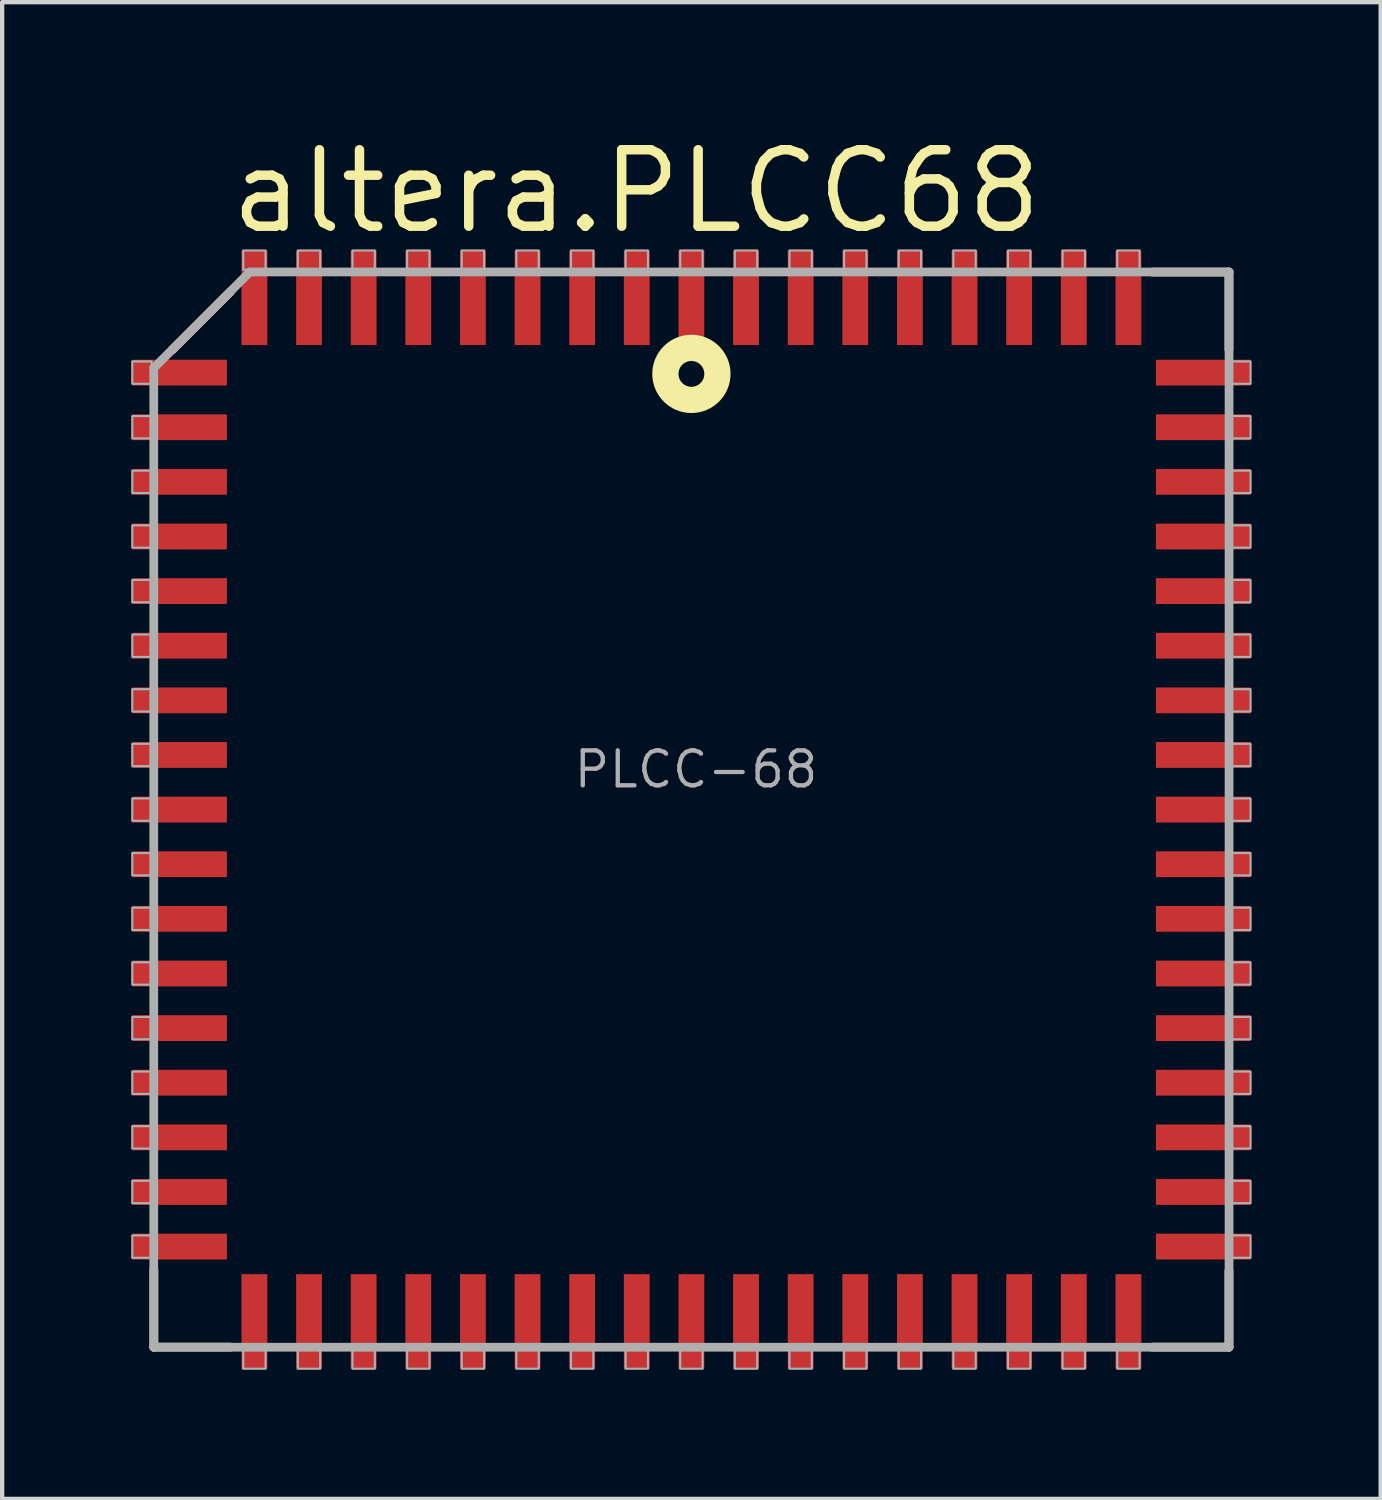
<source format=kicad_pcb>
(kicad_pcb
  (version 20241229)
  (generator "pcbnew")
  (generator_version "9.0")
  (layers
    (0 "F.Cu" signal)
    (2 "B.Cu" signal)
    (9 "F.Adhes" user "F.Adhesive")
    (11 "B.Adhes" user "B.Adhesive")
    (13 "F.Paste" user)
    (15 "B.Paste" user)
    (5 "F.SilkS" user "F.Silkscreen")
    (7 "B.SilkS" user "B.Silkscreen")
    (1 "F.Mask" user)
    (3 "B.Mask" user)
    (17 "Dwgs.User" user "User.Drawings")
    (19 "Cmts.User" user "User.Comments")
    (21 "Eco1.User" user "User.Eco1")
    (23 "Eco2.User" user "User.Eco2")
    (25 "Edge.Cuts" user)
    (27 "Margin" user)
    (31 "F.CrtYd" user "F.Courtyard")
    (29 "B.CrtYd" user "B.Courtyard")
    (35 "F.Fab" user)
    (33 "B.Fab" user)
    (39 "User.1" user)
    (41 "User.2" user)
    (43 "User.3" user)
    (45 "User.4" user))
  (footprint "altera.PLCC68"
    (layer "F.Cu")
    (at 13.025 15.773)
    (property "Reference" "altera.PLCC68" (at -10.825 -13.335 0) (layer "F.SilkS") (effects (font (size 1.778 1.778) (thickness 0.22)) (justify left bottom)))
    (attr smd)
    (fp_line (start -12.497 10.693) (end -12.497 12.497) (stroke (width 0.203) (type default)) (layer "F.SilkS"))
    (fp_line (start -12.497 12.497) (end -10.719 12.497) (stroke (width 0.203) (type default)) (layer "F.SilkS"))
    (fp_line (start -12.065 -10.693) (end -10.719 -12.04) (stroke (width 0.203) (type default)) (layer "F.SilkS"))
    (fp_line (start 10.719 12.497) (end 12.497 12.497) (stroke (width 0.203) (type default)) (layer "F.SilkS"))
    (fp_line (start 12.497 -12.497) (end 10.719 -12.497) (stroke (width 0.203) (type default)) (layer "F.SilkS"))
    (fp_line (start 12.497 -10.693) (end 12.497 -12.497) (stroke (width 0.203) (type default)) (layer "F.SilkS"))
    (fp_line (start 12.497 12.497) (end 12.497 10.719) (stroke (width 0.203) (type default)) (layer "F.SilkS"))
    (fp_circle (center 0 -10.13) (end 0.3 -10.13) (stroke (width 0.61) (type default)) (fill no) (layer "F.SilkS"))
    (fp_line (start -12.5 -10.265) (end -12.5 12.5) (stroke (width 0.203) (type default)) (layer "F.Fab"))
    (fp_line (start -12.5 12.5) (end 12.5 12.5) (stroke (width 0.203) (type default)) (layer "F.Fab"))
    (fp_line (start -10.265 -12.5) (end -12.5 -10.265) (stroke (width 0.203) (type default)) (layer "F.Fab"))
    (fp_line (start 12.5 -12.5) (end -10.265 -12.5) (stroke (width 0.203) (type default)) (layer "F.Fab"))
    (fp_line (start 12.5 12.5) (end 12.5 -12.5) (stroke (width 0.203) (type default)) (layer "F.Fab"))
    (fp_rect (start -13 -9.9) (end -12.55 -10.42) (stroke (width 0.05) (type default)) (fill no) (layer "F.Fab"))
    (fp_rect (start -13 -8.63) (end -12.55 -9.15) (stroke (width 0.05) (type default)) (fill no) (layer "F.Fab"))
    (fp_rect (start -13 -7.36) (end -12.55 -7.88) (stroke (width 0.05) (type default)) (fill no) (layer "F.Fab"))
    (fp_rect (start -13 -6.09) (end -12.55 -6.61) (stroke (width 0.05) (type default)) (fill no) (layer "F.Fab"))
    (fp_rect (start -13 -4.82) (end -12.55 -5.34) (stroke (width 0.05) (type default)) (fill no) (layer "F.Fab"))
    (fp_rect (start -13 -3.55) (end -12.55 -4.07) (stroke (width 0.05) (type default)) (fill no) (layer "F.Fab"))
    (fp_rect (start -13 -2.28) (end -12.55 -2.8) (stroke (width 0.05) (type default)) (fill no) (layer "F.Fab"))
    (fp_rect (start -13 -1.01) (end -12.55 -1.53) (stroke (width 0.05) (type default)) (fill no) (layer "F.Fab"))
    (fp_rect (start -13 0.26) (end -12.55 -0.26) (stroke (width 0.05) (type default)) (fill no) (layer "F.Fab"))
    (fp_rect (start -13 1.53) (end -12.55 1.01) (stroke (width 0.05) (type default)) (fill no) (layer "F.Fab"))
    (fp_rect (start -13 2.8) (end -12.55 2.28) (stroke (width 0.05) (type default)) (fill no) (layer "F.Fab"))
    (fp_rect (start -13 4.07) (end -12.55 3.55) (stroke (width 0.05) (type default)) (fill no) (layer "F.Fab"))
    (fp_rect (start -13 5.34) (end -12.55 4.82) (stroke (width 0.05) (type default)) (fill no) (layer "F.Fab"))
    (fp_rect (start -13 6.61) (end -12.55 6.09) (stroke (width 0.05) (type default)) (fill no) (layer "F.Fab"))
    (fp_rect (start -13 7.88) (end -12.55 7.36) (stroke (width 0.05) (type default)) (fill no) (layer "F.Fab"))
    (fp_rect (start -13 9.15) (end -12.55 8.63) (stroke (width 0.05) (type default)) (fill no) (layer "F.Fab"))
    (fp_rect (start -13 10.42) (end -12.55 9.9) (stroke (width 0.05) (type default)) (fill no) (layer "F.Fab"))
    (fp_rect (start -10.42 -12.55) (end -9.9 -13) (stroke (width 0.05) (type default)) (fill no) (layer "F.Fab"))
    (fp_rect (start -10.42 13) (end -9.9 12.55) (stroke (width 0.05) (type default)) (fill no) (layer "F.Fab"))
    (fp_rect (start -9.15 -12.55) (end -8.63 -13) (stroke (width 0.05) (type default)) (fill no) (layer "F.Fab"))
    (fp_rect (start -9.15 13) (end -8.63 12.55) (stroke (width 0.05) (type default)) (fill no) (layer "F.Fab"))
    (fp_rect (start -7.88 -12.55) (end -7.36 -13) (stroke (width 0.05) (type default)) (fill no) (layer "F.Fab"))
    (fp_rect (start -7.88 13) (end -7.36 12.55) (stroke (width 0.05) (type default)) (fill no) (layer "F.Fab"))
    (fp_rect (start -6.61 -12.55) (end -6.09 -13) (stroke (width 0.05) (type default)) (fill no) (layer "F.Fab"))
    (fp_rect (start -6.61 13) (end -6.09 12.55) (stroke (width 0.05) (type default)) (fill no) (layer "F.Fab"))
    (fp_rect (start -5.34 -12.55) (end -4.82 -13) (stroke (width 0.05) (type default)) (fill no) (layer "F.Fab"))
    (fp_rect (start -5.34 13) (end -4.82 12.55) (stroke (width 0.05) (type default)) (fill no) (layer "F.Fab"))
    (fp_rect (start -4.07 -12.55) (end -3.55 -13) (stroke (width 0.05) (type default)) (fill no) (layer "F.Fab"))
    (fp_rect (start -4.07 13) (end -3.55 12.55) (stroke (width 0.05) (type default)) (fill no) (layer "F.Fab"))
    (fp_rect (start -2.8 -12.55) (end -2.28 -13) (stroke (width 0.05) (type default)) (fill no) (layer "F.Fab"))
    (fp_rect (start -2.8 13) (end -2.28 12.55) (stroke (width 0.05) (type default)) (fill no) (layer "F.Fab"))
    (fp_rect (start -1.53 -12.55) (end -1.01 -13) (stroke (width 0.05) (type default)) (fill no) (layer "F.Fab"))
    (fp_rect (start -1.53 13) (end -1.01 12.55) (stroke (width 0.05) (type default)) (fill no) (layer "F.Fab"))
    (fp_rect (start -0.26 -12.55) (end 0.26 -13) (stroke (width 0.05) (type default)) (fill no) (layer "F.Fab"))
    (fp_rect (start -0.26 13) (end 0.26 12.55) (stroke (width 0.05) (type default)) (fill no) (layer "F.Fab"))
    (fp_rect (start 1.01 -12.55) (end 1.53 -13) (stroke (width 0.05) (type default)) (fill no) (layer "F.Fab"))
    (fp_rect (start 1.01 13) (end 1.53 12.55) (stroke (width 0.05) (type default)) (fill no) (layer "F.Fab"))
    (fp_rect (start 2.28 -12.55) (end 2.8 -13) (stroke (width 0.05) (type default)) (fill no) (layer "F.Fab"))
    (fp_rect (start 2.28 13) (end 2.8 12.55) (stroke (width 0.05) (type default)) (fill no) (layer "F.Fab"))
    (fp_rect (start 3.55 -12.55) (end 4.07 -13) (stroke (width 0.05) (type default)) (fill no) (layer "F.Fab"))
    (fp_rect (start 3.55 13) (end 4.07 12.55) (stroke (width 0.05) (type default)) (fill no) (layer "F.Fab"))
    (fp_rect (start 4.82 -12.55) (end 5.34 -13) (stroke (width 0.05) (type default)) (fill no) (layer "F.Fab"))
    (fp_rect (start 4.82 13) (end 5.34 12.55) (stroke (width 0.05) (type default)) (fill no) (layer "F.Fab"))
    (fp_rect (start 6.09 -12.55) (end 6.61 -13) (stroke (width 0.05) (type default)) (fill no) (layer "F.Fab"))
    (fp_rect (start 6.09 13) (end 6.61 12.55) (stroke (width 0.05) (type default)) (fill no) (layer "F.Fab"))
    (fp_rect (start 7.36 -12.55) (end 7.88 -13) (stroke (width 0.05) (type default)) (fill no) (layer "F.Fab"))
    (fp_rect (start 7.36 13) (end 7.88 12.55) (stroke (width 0.05) (type default)) (fill no) (layer "F.Fab"))
    (fp_rect (start 8.63 -12.55) (end 9.15 -13) (stroke (width 0.05) (type default)) (fill no) (layer "F.Fab"))
    (fp_rect (start 8.63 13) (end 9.15 12.55) (stroke (width 0.05) (type default)) (fill no) (layer "F.Fab"))
    (fp_rect (start 9.9 -12.55) (end 10.42 -13) (stroke (width 0.05) (type default)) (fill no) (layer "F.Fab"))
    (fp_rect (start 9.9 13) (end 10.42 12.55) (stroke (width 0.05) (type default)) (fill no) (layer "F.Fab"))
    (fp_rect (start 12.55 -9.9) (end 13 -10.42) (stroke (width 0.05) (type default)) (fill no) (layer "F.Fab"))
    (fp_rect (start 12.55 -8.63) (end 13 -9.15) (stroke (width 0.05) (type default)) (fill no) (layer "F.Fab"))
    (fp_rect (start 12.55 -7.36) (end 13 -7.88) (stroke (width 0.05) (type default)) (fill no) (layer "F.Fab"))
    (fp_rect (start 12.55 -6.09) (end 13 -6.61) (stroke (width 0.05) (type default)) (fill no) (layer "F.Fab"))
    (fp_rect (start 12.55 -4.82) (end 13 -5.34) (stroke (width 0.05) (type default)) (fill no) (layer "F.Fab"))
    (fp_rect (start 12.55 -3.55) (end 13 -4.07) (stroke (width 0.05) (type default)) (fill no) (layer "F.Fab"))
    (fp_rect (start 12.55 -2.28) (end 13 -2.8) (stroke (width 0.05) (type default)) (fill no) (layer "F.Fab"))
    (fp_rect (start 12.55 -1.01) (end 13 -1.53) (stroke (width 0.05) (type default)) (fill no) (layer "F.Fab"))
    (fp_rect (start 12.55 0.26) (end 13 -0.26) (stroke (width 0.05) (type default)) (fill no) (layer "F.Fab"))
    (fp_rect (start 12.55 1.53) (end 13 1.01) (stroke (width 0.05) (type default)) (fill no) (layer "F.Fab"))
    (fp_rect (start 12.55 2.8) (end 13 2.28) (stroke (width 0.05) (type default)) (fill no) (layer "F.Fab"))
    (fp_rect (start 12.55 4.07) (end 13 3.55) (stroke (width 0.05) (type default)) (fill no) (layer "F.Fab"))
    (fp_rect (start 12.55 5.34) (end 13 4.82) (stroke (width 0.05) (type default)) (fill no) (layer "F.Fab"))
    (fp_rect (start 12.55 6.61) (end 13 6.09) (stroke (width 0.05) (type default)) (fill no) (layer "F.Fab"))
    (fp_rect (start 12.55 7.88) (end 13 7.36) (stroke (width 0.05) (type default)) (fill no) (layer "F.Fab"))
    (fp_rect (start 12.55 9.15) (end 13 8.63) (stroke (width 0.05) (type default)) (fill no) (layer "F.Fab"))
    (fp_rect (start 12.55 10.42) (end 13 9.9) (stroke (width 0.05) (type default)) (fill no) (layer "F.Fab"))
    (fp_text user "PLCC-68" (at -2.785 -0.46 0) (layer "F.Fab") (effects (font (size 0.813 0.813) (thickness 0.1)) (justify left bottom)))
    (pad "1" smd roundrect (at 0 -11.9) (size 0.6 2.2) (layers "F.Cu" "F.Mask" "F.Paste") (roundrect_rratio 0.01))
    (pad "2" smd roundrect (at -1.27 -11.9) (size 0.6 2.2) (layers "F.Cu" "F.Mask" "F.Paste") (roundrect_rratio 0.01))
    (pad "3" smd roundrect (at -2.54 -11.9) (size 0.6 2.2) (layers "F.Cu" "F.Mask" "F.Paste") (roundrect_rratio 0.01))
    (pad "4" smd roundrect (at -3.81 -11.9) (size 0.6 2.2) (layers "F.Cu" "F.Mask" "F.Paste") (roundrect_rratio 0.01))
    (pad "5" smd roundrect (at -5.08 -11.9) (size 0.6 2.2) (layers "F.Cu" "F.Mask" "F.Paste") (roundrect_rratio 0.01))
    (pad "6" smd roundrect (at -6.35 -11.9) (size 0.6 2.2) (layers "F.Cu" "F.Mask" "F.Paste") (roundrect_rratio 0.01))
    (pad "7" smd roundrect (at -7.62 -11.9) (size 0.6 2.2) (layers "F.Cu" "F.Mask" "F.Paste") (roundrect_rratio 0.01))
    (pad "8" smd roundrect (at -8.89 -11.9) (size 0.6 2.2) (layers "F.Cu" "F.Mask" "F.Paste") (roundrect_rratio 0.01))
    (pad "9" smd roundrect (at -10.16 -11.9) (size 0.6 2.2) (layers "F.Cu" "F.Mask" "F.Paste") (roundrect_rratio 0.01))
    (pad "10" smd roundrect (at -11.9 -10.16) (size 2.2 0.6) (layers "F.Cu" "F.Mask" "F.Paste") (roundrect_rratio 0.01))
    (pad "11" smd roundrect (at -11.9 -8.89) (size 2.2 0.6) (layers "F.Cu" "F.Mask" "F.Paste") (roundrect_rratio 0.01))
    (pad "12" smd roundrect (at -11.9 -7.62) (size 2.2 0.6) (layers "F.Cu" "F.Mask" "F.Paste") (roundrect_rratio 0.01))
    (pad "13" smd roundrect (at -11.9 -6.35) (size 2.2 0.6) (layers "F.Cu" "F.Mask" "F.Paste") (roundrect_rratio 0.01))
    (pad "14" smd roundrect (at -11.9 -5.08) (size 2.2 0.6) (layers "F.Cu" "F.Mask" "F.Paste") (roundrect_rratio 0.01))
    (pad "15" smd roundrect (at -11.9 -3.81) (size 2.2 0.6) (layers "F.Cu" "F.Mask" "F.Paste") (roundrect_rratio 0.01))
    (pad "16" smd roundrect (at -11.9 -2.54) (size 2.2 0.6) (layers "F.Cu" "F.Mask" "F.Paste") (roundrect_rratio 0.01))
    (pad "17" smd roundrect (at -11.9 -1.27) (size 2.2 0.6) (layers "F.Cu" "F.Mask" "F.Paste") (roundrect_rratio 0.01))
    (pad "18" smd roundrect (at -11.9 0) (size 2.2 0.6) (layers "F.Cu" "F.Mask" "F.Paste") (roundrect_rratio 0.01))
    (pad "19" smd roundrect (at -11.9 1.27) (size 2.2 0.6) (layers "F.Cu" "F.Mask" "F.Paste") (roundrect_rratio 0.01))
    (pad "20" smd roundrect (at -11.9 2.54) (size 2.2 0.6) (layers "F.Cu" "F.Mask" "F.Paste") (roundrect_rratio 0.01))
    (pad "21" smd roundrect (at -11.9 3.81) (size 2.2 0.6) (layers "F.Cu" "F.Mask" "F.Paste") (roundrect_rratio 0.01))
    (pad "22" smd roundrect (at -11.9 5.08) (size 2.2 0.6) (layers "F.Cu" "F.Mask" "F.Paste") (roundrect_rratio 0.01))
    (pad "23" smd roundrect (at -11.9 6.35) (size 2.2 0.6) (layers "F.Cu" "F.Mask" "F.Paste") (roundrect_rratio 0.01))
    (pad "24" smd roundrect (at -11.9 7.62) (size 2.2 0.6) (layers "F.Cu" "F.Mask" "F.Paste") (roundrect_rratio 0.01))
    (pad "25" smd roundrect (at -11.9 8.89) (size 2.2 0.6) (layers "F.Cu" "F.Mask" "F.Paste") (roundrect_rratio 0.01))
    (pad "26" smd roundrect (at -11.9 10.16) (size 2.2 0.6) (layers "F.Cu" "F.Mask" "F.Paste") (roundrect_rratio 0.01))
    (pad "27" smd roundrect (at -10.16 11.9) (size 0.6 2.2) (layers "F.Cu" "F.Mask" "F.Paste") (roundrect_rratio 0.01))
    (pad "28" smd roundrect (at -8.89 11.9) (size 0.6 2.2) (layers "F.Cu" "F.Mask" "F.Paste") (roundrect_rratio 0.01))
    (pad "29" smd roundrect (at -7.62 11.9) (size 0.6 2.2) (layers "F.Cu" "F.Mask" "F.Paste") (roundrect_rratio 0.01))
    (pad "30" smd roundrect (at -6.35 11.9) (size 0.6 2.2) (layers "F.Cu" "F.Mask" "F.Paste") (roundrect_rratio 0.01))
    (pad "31" smd roundrect (at -5.08 11.9) (size 0.6 2.2) (layers "F.Cu" "F.Mask" "F.Paste") (roundrect_rratio 0.01))
    (pad "32" smd roundrect (at -3.81 11.9) (size 0.6 2.2) (layers "F.Cu" "F.Mask" "F.Paste") (roundrect_rratio 0.01))
    (pad "33" smd roundrect (at -2.54 11.9) (size 0.6 2.2) (layers "F.Cu" "F.Mask" "F.Paste") (roundrect_rratio 0.01))
    (pad "34" smd roundrect (at -1.27 11.9) (size 0.6 2.2) (layers "F.Cu" "F.Mask" "F.Paste") (roundrect_rratio 0.01))
    (pad "35" smd roundrect (at 0 11.9) (size 0.6 2.2) (layers "F.Cu" "F.Mask" "F.Paste") (roundrect_rratio 0.01))
    (pad "36" smd roundrect (at 1.27 11.9) (size 0.6 2.2) (layers "F.Cu" "F.Mask" "F.Paste") (roundrect_rratio 0.01))
    (pad "37" smd roundrect (at 2.54 11.9) (size 0.6 2.2) (layers "F.Cu" "F.Mask" "F.Paste") (roundrect_rratio 0.01))
    (pad "38" smd roundrect (at 3.81 11.9) (size 0.6 2.2) (layers "F.Cu" "F.Mask" "F.Paste") (roundrect_rratio 0.01))
    (pad "39" smd roundrect (at 5.08 11.9) (size 0.6 2.2) (layers "F.Cu" "F.Mask" "F.Paste") (roundrect_rratio 0.01))
    (pad "40" smd roundrect (at 6.35 11.9) (size 0.6 2.2) (layers "F.Cu" "F.Mask" "F.Paste") (roundrect_rratio 0.01))
    (pad "41" smd roundrect (at 7.62 11.9) (size 0.6 2.2) (layers "F.Cu" "F.Mask" "F.Paste") (roundrect_rratio 0.01))
    (pad "42" smd roundrect (at 8.89 11.9) (size 0.6 2.2) (layers "F.Cu" "F.Mask" "F.Paste") (roundrect_rratio 0.01))
    (pad "43" smd roundrect (at 10.16 11.9) (size 0.6 2.2) (layers "F.Cu" "F.Mask" "F.Paste") (roundrect_rratio 0.01))
    (pad "44" smd roundrect (at 11.9 10.16) (size 2.2 0.6) (layers "F.Cu" "F.Mask" "F.Paste") (roundrect_rratio 0.01))
    (pad "45" smd roundrect (at 11.9 8.89) (size 2.2 0.6) (layers "F.Cu" "F.Mask" "F.Paste") (roundrect_rratio 0.01))
    (pad "46" smd roundrect (at 11.9 7.62) (size 2.2 0.6) (layers "F.Cu" "F.Mask" "F.Paste") (roundrect_rratio 0.01))
    (pad "47" smd roundrect (at 11.9 6.35) (size 2.2 0.6) (layers "F.Cu" "F.Mask" "F.Paste") (roundrect_rratio 0.01))
    (pad "48" smd roundrect (at 11.9 5.08) (size 2.2 0.6) (layers "F.Cu" "F.Mask" "F.Paste") (roundrect_rratio 0.01))
    (pad "49" smd roundrect (at 11.9 3.81) (size 2.2 0.6) (layers "F.Cu" "F.Mask" "F.Paste") (roundrect_rratio 0.01))
    (pad "50" smd roundrect (at 11.9 2.54) (size 2.2 0.6) (layers "F.Cu" "F.Mask" "F.Paste") (roundrect_rratio 0.01))
    (pad "51" smd roundrect (at 11.9 1.27) (size 2.2 0.6) (layers "F.Cu" "F.Mask" "F.Paste") (roundrect_rratio 0.01))
    (pad "52" smd roundrect (at 11.9 0) (size 2.2 0.6) (layers "F.Cu" "F.Mask" "F.Paste") (roundrect_rratio 0.01))
    (pad "53" smd roundrect (at 11.9 -1.27) (size 2.2 0.6) (layers "F.Cu" "F.Mask" "F.Paste") (roundrect_rratio 0.01))
    (pad "54" smd roundrect (at 11.9 -2.54) (size 2.2 0.6) (layers "F.Cu" "F.Mask" "F.Paste") (roundrect_rratio 0.01))
    (pad "55" smd roundrect (at 11.9 -3.81) (size 2.2 0.6) (layers "F.Cu" "F.Mask" "F.Paste") (roundrect_rratio 0.01))
    (pad "56" smd roundrect (at 11.9 -5.08) (size 2.2 0.6) (layers "F.Cu" "F.Mask" "F.Paste") (roundrect_rratio 0.01))
    (pad "57" smd roundrect (at 11.9 -6.35) (size 2.2 0.6) (layers "F.Cu" "F.Mask" "F.Paste") (roundrect_rratio 0.01))
    (pad "58" smd roundrect (at 11.9 -7.62) (size 2.2 0.6) (layers "F.Cu" "F.Mask" "F.Paste") (roundrect_rratio 0.01))
    (pad "59" smd roundrect (at 11.9 -8.89) (size 2.2 0.6) (layers "F.Cu" "F.Mask" "F.Paste") (roundrect_rratio 0.01))
    (pad "60" smd roundrect (at 11.9 -10.16) (size 2.2 0.6) (layers "F.Cu" "F.Mask" "F.Paste") (roundrect_rratio 0.01))
    (pad "61" smd roundrect (at 10.16 -11.9) (size 0.6 2.2) (layers "F.Cu" "F.Mask" "F.Paste") (roundrect_rratio 0.01))
    (pad "62" smd roundrect (at 8.89 -11.9) (size 0.6 2.2) (layers "F.Cu" "F.Mask" "F.Paste") (roundrect_rratio 0.01))
    (pad "63" smd roundrect (at 7.62 -11.9) (size 0.6 2.2) (layers "F.Cu" "F.Mask" "F.Paste") (roundrect_rratio 0.01))
    (pad "64" smd roundrect (at 6.35 -11.9) (size 0.6 2.2) (layers "F.Cu" "F.Mask" "F.Paste") (roundrect_rratio 0.01))
    (pad "65" smd roundrect (at 5.08 -11.9) (size 0.6 2.2) (layers "F.Cu" "F.Mask" "F.Paste") (roundrect_rratio 0.01))
    (pad "66" smd roundrect (at 3.81 -11.9) (size 0.6 2.2) (layers "F.Cu" "F.Mask" "F.Paste") (roundrect_rratio 0.01))
    (pad "67" smd roundrect (at 2.54 -11.9) (size 0.6 2.2) (layers "F.Cu" "F.Mask" "F.Paste") (roundrect_rratio 0.01))
    (pad "68" smd roundrect (at 1.27 -11.9) (size 0.6 2.2) (layers "F.Cu" "F.Mask" "F.Paste") (roundrect_rratio 0.01)))
  (gr_rect
    (start -3 -3)
    (end 29.05 31.798)
    (stroke (width 0.1) (type default))
    (fill no)
    (layer "Edge.Cuts")))
</source>
